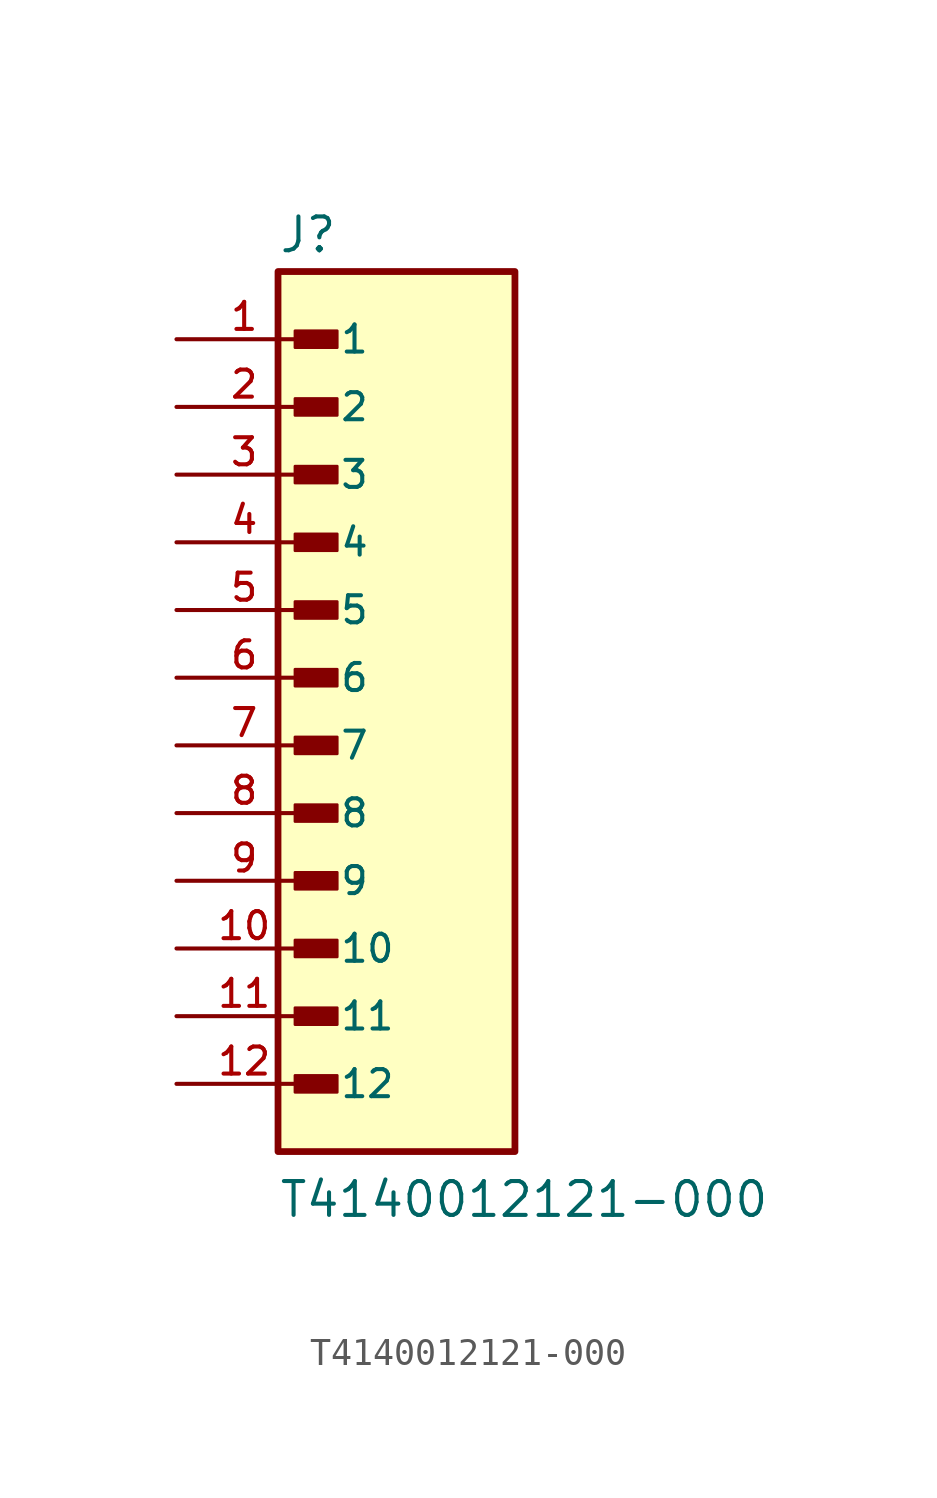
<source format=kicad_sym>
(kicad_symbol_lib
  (version 20211014)
  (generator kicad_symbol_editor)
  (symbol "T4140012121-000"
    (pin_names
      (offset 1.016))
    (property "Reference" "J"
      (at -3.81 15.875 0)
      (effects (font (size 1.27 1.27)) (justify bottom left)))
    (property "Value" "T4140012121-000"
      (at -3.81 -20.32 0)
      (effects (font (size 1.27 1.27)) (justify bottom left)))
    (symbol "T4140012121-000_0_0"
      (rectangle (start -3.175 12.383) (end -1.587 13.018) (stroke (width 0.1)) (fill (type outline)))
      (rectangle (start -3.175 9.842) (end -1.587 10.477) (stroke (width 0.1)) (fill (type outline)))
      (rectangle (start -3.175 7.303) (end -1.587 7.938) (stroke (width 0.1)) (fill (type outline)))
      (rectangle (start -3.175 4.763) (end -1.587 5.397) (stroke (width 0.1)) (fill (type outline)))
      (rectangle (start -3.175 2.223) (end -1.587 2.857) (stroke (width 0.1)) (fill (type outline)))
      (rectangle (start -3.175 -0.318) (end -1.587 0.318) (stroke (width 0.1)) (fill (type outline)))
      (rectangle (start -3.175 -2.857) (end -1.587 -2.223) (stroke (width 0.1)) (fill (type outline)))
      (rectangle (start -3.175 -5.397) (end -1.587 -4.763) (stroke (width 0.1)) (fill (type outline)))
      (rectangle (start -3.175 -7.938) (end -1.587 -7.303) (stroke (width 0.1)) (fill (type outline)))
      (rectangle (start -3.175 -10.477) (end -1.587 -9.842) (stroke (width 0.1)) (fill (type outline)))
      (rectangle (start -3.175 -13.018) (end -1.587 -12.383) (stroke (width 0.1)) (fill (type outline)))
      (rectangle (start -3.175 -15.557) (end -1.587 -14.922) (stroke (width 0.1)) (fill (type outline)))
      (rectangle (start -3.81 -17.78) (end 5.08 15.24) (stroke (width 0.254)) (fill (type background)))
      (pin passive line (at -7.62 12.7 0) (length 5.08) (name "1" (effects (font (size 1.016 1.016)))) (number "1" (effects (font (size 1.016 1.016)))))
      (pin passive line (at -7.62 10.16 0) (length 5.08) (name "2" (effects (font (size 1.016 1.016)))) (number "2" (effects (font (size 1.016 1.016)))))
      (pin passive line (at -7.62 7.62 0) (length 5.08) (name "3" (effects (font (size 1.016 1.016)))) (number "3" (effects (font (size 1.016 1.016)))))
      (pin passive line (at -7.62 5.08 0) (length 5.08) (name "4" (effects (font (size 1.016 1.016)))) (number "4" (effects (font (size 1.016 1.016)))))
      (pin passive line (at -7.62 2.54 0) (length 5.08) (name "5" (effects (font (size 1.016 1.016)))) (number "5" (effects (font (size 1.016 1.016)))))
      (pin passive line (at -7.62 0.0 0) (length 5.08) (name "6" (effects (font (size 1.016 1.016)))) (number "6" (effects (font (size 1.016 1.016)))))
      (pin passive line (at -7.62 -2.54 0) (length 5.08) (name "7" (effects (font (size 1.016 1.016)))) (number "7" (effects (font (size 1.016 1.016)))))
      (pin passive line (at -7.62 -5.08 0) (length 5.08) (name "8" (effects (font (size 1.016 1.016)))) (number "8" (effects (font (size 1.016 1.016)))))
      (pin passive line (at -7.62 -7.62 0) (length 5.08) (name "9" (effects (font (size 1.016 1.016)))) (number "9" (effects (font (size 1.016 1.016)))))
      (pin passive line (at -7.62 -10.16 0) (length 5.08) (name "10" (effects (font (size 1.016 1.016)))) (number "10" (effects (font (size 1.016 1.016)))))
      (pin passive line (at -7.62 -12.7 0) (length 5.08) (name "11" (effects (font (size 1.016 1.016)))) (number "11" (effects (font (size 1.016 1.016)))))
      (pin passive line (at -7.62 -15.24 0) (length 5.08) (name "12" (effects (font (size 1.016 1.016)))) (number "12" (effects (font (size 1.016 1.016))))))))
</source>
